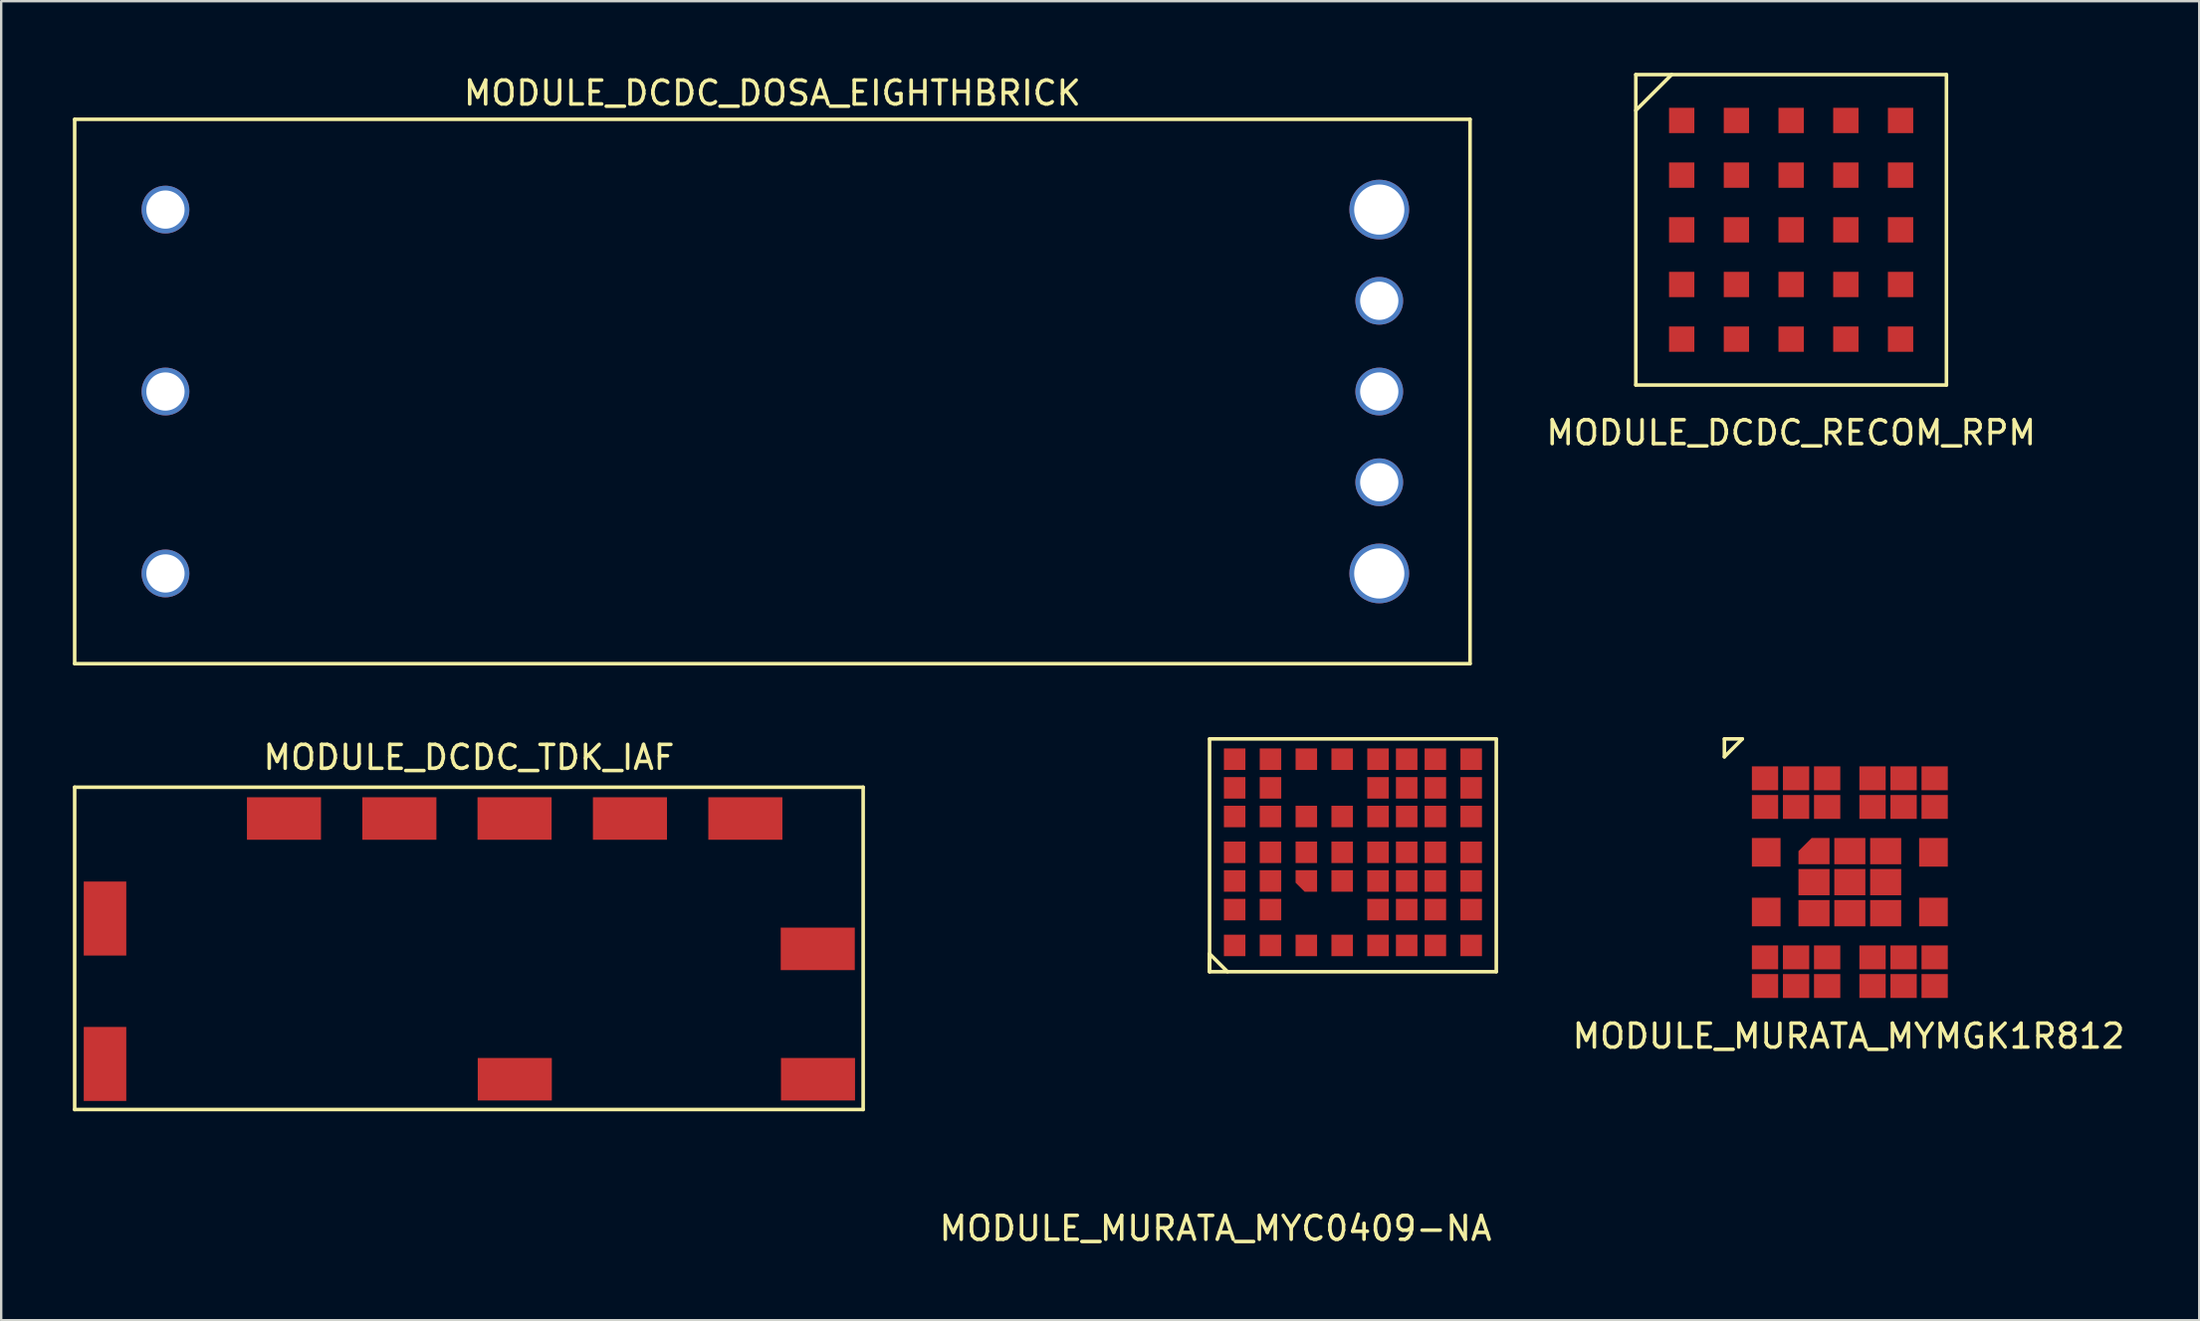
<source format=kicad_pcb>
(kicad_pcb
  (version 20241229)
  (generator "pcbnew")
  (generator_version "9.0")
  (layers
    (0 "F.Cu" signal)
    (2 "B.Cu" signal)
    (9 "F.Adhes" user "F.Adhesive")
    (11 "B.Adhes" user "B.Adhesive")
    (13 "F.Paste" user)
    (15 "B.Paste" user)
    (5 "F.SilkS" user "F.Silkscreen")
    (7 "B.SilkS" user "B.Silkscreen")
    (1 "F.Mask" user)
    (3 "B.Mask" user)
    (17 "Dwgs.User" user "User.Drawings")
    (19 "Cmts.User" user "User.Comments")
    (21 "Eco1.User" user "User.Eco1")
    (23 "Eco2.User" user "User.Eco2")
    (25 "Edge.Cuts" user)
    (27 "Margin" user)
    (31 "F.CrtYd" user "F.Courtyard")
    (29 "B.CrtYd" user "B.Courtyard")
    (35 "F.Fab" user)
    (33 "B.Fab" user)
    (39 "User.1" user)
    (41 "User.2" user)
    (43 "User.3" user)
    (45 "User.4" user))
  (footprint "MODULE_MURATA_MYC0409-NA"
    (layer "F.Cu")
    (at 47.823 37.398)
    (property "Reference" "MODULE_MURATA_MYC0409-NA" (at 0 11 0) (unlocked yes) (layer "F.SilkS") (effects (font (size 1 1) (thickness 0.15))))
    (attr smd)
    (fp_line (start -0.25 -9.5) (end -0.25 0.25) (stroke (width 0.15) (type default)) (layer "F.SilkS"))
    (fp_line (start -0.25 -0.5) (end 0.5 0.25) (stroke (width 0.15) (type default)) (layer "F.SilkS"))
    (fp_line (start -0.25 0.25) (end -0.25 -0.5) (stroke (width 0.15) (type default)) (layer "F.SilkS"))
    (fp_line (start -0.25 0.25) (end 11.75 0.25) (stroke (width 0.15) (type default)) (layer "F.SilkS"))
    (fp_line (start 11.75 -9.5) (end -0.25 -9.5) (stroke (width 0.15) (type default)) (layer "F.SilkS"))
    (fp_line (start 11.75 0.25) (end 11.75 -9.5) (stroke (width 0.15) (type default)) (layer "F.SilkS"))
    (pad "A1" smd rect (at 0.8 -0.85) (size 0.9 0.9) (layers "F.Cu" "F.Mask" "F.Paste"))
    (pad "A2" smd rect (at 2.3 -0.85) (size 0.9 0.9) (layers "F.Cu" "F.Mask" "F.Paste"))
    (pad "A3" smd rect (at 3.8 -0.85) (size 0.9 0.9) (layers "F.Cu" "F.Mask" "F.Paste"))
    (pad "A4" smd rect (at 5.3 -0.85) (size 0.9 0.9) (layers "F.Cu" "F.Mask" "F.Paste"))
    (pad "A5" smd rect (at 6.8 -0.85) (size 0.9 0.9) (layers "F.Cu" "F.Mask" "F.Paste"))
    (pad "A6" smd rect (at 8 -0.85) (size 0.9 0.9) (layers "F.Cu" "F.Mask" "F.Paste"))
    (pad "A7" smd rect (at 9.2 -0.85) (size 0.9 0.9) (layers "F.Cu" "F.Mask" "F.Paste"))
    (pad "A8" smd rect (at 10.7 -0.85) (size 0.9 0.9) (layers "F.Cu" "F.Mask" "F.Paste"))
    (pad "B1" smd rect (at 0.8 -2.35) (size 0.9 0.9) (layers "F.Cu" "F.Mask" "F.Paste"))
    (pad "B2" smd rect (at 2.3 -2.35) (size 0.9 0.9) (layers "F.Cu" "F.Mask" "F.Paste"))
    (pad "B5" smd rect (at 6.8 -2.35) (size 0.9 0.9) (layers "F.Cu" "F.Mask" "F.Paste"))
    (pad "B6" smd rect (at 8 -2.35) (size 0.9 0.9) (layers "F.Cu" "F.Mask" "F.Paste"))
    (pad "B7" smd rect (at 9.2 -2.35) (size 0.9 0.9) (layers "F.Cu" "F.Mask" "F.Paste"))
    (pad "B8" smd rect (at 10.7 -2.35) (size 0.9 0.9) (layers "F.Cu" "F.Mask" "F.Paste"))
    (pad "C1" smd rect (at 0.8 -3.55) (size 0.9 0.9) (layers "F.Cu" "F.Mask" "F.Paste"))
    (pad "C2" smd rect (at 2.3 -3.55) (size 0.9 0.9) (layers "F.Cu" "F.Mask" "F.Paste"))
    (pad "C3" smd roundrect (at 3.8 -3.55) (size 0.9 0.9) (layers "F.Cu" "F.Mask" "F.Paste") (roundrect_rratio 0) (chamfer_ratio 0.42) (chamfer bottom_left))
    (pad "C4" smd rect (at 5.3 -3.55) (size 0.9 0.9) (layers "F.Cu" "F.Mask" "F.Paste"))
    (pad "C5" smd rect (at 6.8 -3.55) (size 0.9 0.9) (layers "F.Cu" "F.Mask" "F.Paste"))
    (pad "C6" smd rect (at 8 -3.55) (size 0.9 0.9) (layers "F.Cu" "F.Mask" "F.Paste"))
    (pad "C7" smd rect (at 9.2 -3.55) (size 0.9 0.9) (layers "F.Cu" "F.Mask" "F.Paste"))
    (pad "C8" smd rect (at 10.7 -3.55) (size 0.9 0.9) (layers "F.Cu" "F.Mask" "F.Paste"))
    (pad "D1" smd rect (at 0.8 -4.75) (size 0.9 0.9) (layers "F.Cu" "F.Mask" "F.Paste"))
    (pad "D2" smd rect (at 2.3 -4.75) (size 0.9 0.9) (layers "F.Cu" "F.Mask" "F.Paste"))
    (pad "D3" smd rect (at 3.8 -4.75) (size 0.9 0.9) (layers "F.Cu" "F.Mask" "F.Paste"))
    (pad "D4" smd rect (at 5.3 -4.75) (size 0.9 0.9) (layers "F.Cu" "F.Mask" "F.Paste"))
    (pad "D5" smd rect (at 6.8 -4.75) (size 0.9 0.9) (layers "F.Cu" "F.Mask" "F.Paste"))
    (pad "D6" smd rect (at 8 -4.75) (size 0.9 0.9) (layers "F.Cu" "F.Mask" "F.Paste"))
    (pad "D7" smd rect (at 9.2 -4.75) (size 0.9 0.9) (layers "F.Cu" "F.Mask" "F.Paste"))
    (pad "D8" smd rect (at 10.7 -4.75) (size 0.9 0.9) (layers "F.Cu" "F.Mask" "F.Paste"))
    (pad "E1" smd rect (at 0.8 -6.25) (size 0.9 0.9) (layers "F.Cu" "F.Mask" "F.Paste"))
    (pad "E2" smd rect (at 2.3 -6.25) (size 0.9 0.9) (layers "F.Cu" "F.Mask" "F.Paste"))
    (pad "E3" smd rect (at 3.8 -6.25) (size 0.9 0.9) (layers "F.Cu" "F.Mask" "F.Paste"))
    (pad "E4" smd rect (at 5.3 -6.25) (size 0.9 0.9) (layers "F.Cu" "F.Mask" "F.Paste"))
    (pad "E5" smd rect (at 6.8 -6.25) (size 0.9 0.9) (layers "F.Cu" "F.Mask" "F.Paste"))
    (pad "E6" smd rect (at 8 -6.25) (size 0.9 0.9) (layers "F.Cu" "F.Mask" "F.Paste"))
    (pad "E7" smd rect (at 9.2 -6.25) (size 0.9 0.9) (layers "F.Cu" "F.Mask" "F.Paste"))
    (pad "E8" smd rect (at 10.7 -6.25) (size 0.9 0.9) (layers "F.Cu" "F.Mask" "F.Paste"))
    (pad "F1" smd rect (at 0.8 -7.45) (size 0.9 0.9) (layers "F.Cu" "F.Mask" "F.Paste"))
    (pad "F2" smd rect (at 2.3 -7.45) (size 0.9 0.9) (layers "F.Cu" "F.Mask" "F.Paste"))
    (pad "F5" smd rect (at 6.8 -7.45) (size 0.9 0.9) (layers "F.Cu" "F.Mask" "F.Paste"))
    (pad "F6" smd rect (at 8 -7.45) (size 0.9 0.9) (layers "F.Cu" "F.Mask" "F.Paste"))
    (pad "F7" smd rect (at 9.2 -7.45) (size 0.9 0.9) (layers "F.Cu" "F.Mask" "F.Paste"))
    (pad "F8" smd rect (at 10.7 -7.45) (size 0.9 0.9) (layers "F.Cu" "F.Mask" "F.Paste"))
    (pad "G1" smd rect (at 0.8 -8.65) (size 0.9 0.9) (layers "F.Cu" "F.Mask" "F.Paste"))
    (pad "G2" smd rect (at 2.3 -8.65) (size 0.9 0.9) (layers "F.Cu" "F.Mask" "F.Paste"))
    (pad "G3" smd rect (at 3.8 -8.65) (size 0.9 0.9) (layers "F.Cu" "F.Mask" "F.Paste"))
    (pad "G4" smd rect (at 5.3 -8.65) (size 0.9 0.9) (layers "F.Cu" "F.Mask" "F.Paste"))
    (pad "G5" smd rect (at 6.8 -8.65) (size 0.9 0.9) (layers "F.Cu" "F.Mask" "F.Paste"))
    (pad "G6" smd rect (at 8 -8.65) (size 0.9 0.9) (layers "F.Cu" "F.Mask" "F.Paste"))
    (pad "G7" smd rect (at 9.2 -8.65) (size 0.9 0.9) (layers "F.Cu" "F.Mask" "F.Paste"))
    (pad "G8" smd rect (at 10.7 -8.65) (size 0.9 0.9) (layers "F.Cu" "F.Mask" "F.Paste")))
  (footprint "MODULE_DCDC_DOSA_EIGHTHBRICK"
    (layer "F.Cu")
    (at 29.275 13.348)
    (property "Reference" "MODULE_DCDC_DOSA_EIGHTHBRICK" (at 0 -12.5 0) (layer "F.SilkS") (effects (font (size 1 1) (thickness 0.15))))
    (attr through_hole)
    (fp_line (start -29.2 -11.4) (end -29.2 11.4) (stroke (width 0.15) (type solid)) (layer "F.SilkS"))
    (fp_line (start -29.2 11.4) (end 29.2 11.4) (stroke (width 0.15) (type solid)) (layer "F.SilkS"))
    (fp_line (start 29.2 -11.4) (end -29.2 -11.4) (stroke (width 0.15) (type solid)) (layer "F.SilkS"))
    (fp_line (start 29.2 -11.4) (end 29.2 11.4) (stroke (width 0.15) (type solid)) (layer "F.SilkS"))
    (pad "1" thru_hole circle (at -25.4 -7.62) (size 2 2) (drill 1.6) (layers "*.Cu" "*.Mask"))
    (pad "2" thru_hole circle (at -25.4 0) (size 2 2) (drill 1.6) (layers "*.Cu" "*.Mask"))
    (pad "3" thru_hole circle (at -25.4 7.62) (size 2 2) (drill 1.6) (layers "*.Cu" "*.Mask"))
    (pad "4" thru_hole circle (at 25.4 7.62) (size 2.5 2.5) (drill 2.1) (layers "*.Cu" "*.Mask"))
    (pad "5" thru_hole circle (at 25.4 3.8) (size 2 2) (drill 1.6) (layers "*.Cu" "*.Mask"))
    (pad "6" thru_hole circle (at 25.4 0) (size 2 2) (drill 1.6) (layers "*.Cu" "*.Mask"))
    (pad "7" thru_hole circle (at 25.4 -3.8) (size 2 2) (drill 1.6) (layers "*.Cu" "*.Mask"))
    (pad "8" thru_hole circle (at 25.4 -7.62) (size 2.5 2.5) (drill 2.1) (layers "*.Cu" "*.Mask")))
  (footprint "MODULE_MURATA_MYMGK1R812"
    (layer "F.Cu")
    (at 74.37 33.898)
    (property "Reference" "MODULE_MURATA_MYMGK1R812" (at -0.05 6.45 0) (unlocked yes) (layer "F.SilkS") (effects (font (size 1 1) (thickness 0.15))))
    (attr smd)
    (fp_line (start -5.25 -6) (end -5.25 -5.25) (stroke (width 0.15) (type solid)) (layer "F.SilkS"))
    (fp_line (start -5.25 -5.25) (end -4.5 -6) (stroke (width 0.15) (type solid)) (layer "F.SilkS"))
    (fp_line (start -4.5 -6) (end -5.25 -6) (stroke (width 0.15) (type solid)) (layer "F.SilkS"))
    (pad "1" smd rect (at -3.55 -4.35) (size 1.1 1) (layers "F.Cu" "F.Mask" "F.Paste"))
    (pad "2" smd rect (at -2.25 -4.35) (size 1.1 1) (layers "F.Cu" "F.Mask" "F.Paste"))
    (pad "3" smd rect (at -0.95 -4.35) (size 1.1 1) (layers "F.Cu" "F.Mask" "F.Paste"))
    (pad "4" smd rect (at -3.55 -3.15) (size 1.1 1) (layers "F.Cu" "F.Mask" "F.Paste"))
    (pad "5" smd rect (at -2.25 -3.15) (size 1.1 1) (layers "F.Cu" "F.Mask" "F.Paste"))
    (pad "6" smd rect (at -0.95 -3.15) (size 1.1 1) (layers "F.Cu" "F.Mask" "F.Paste"))
    (pad "7" smd rect (at -3.5 -1.25) (size 1.2 1.2) (layers "F.Cu" "F.Mask" "F.Paste"))
    (pad "8" smd rect (at -3.5 1.25) (size 1.2 1.2) (layers "F.Cu" "F.Mask" "F.Paste"))
    (pad "9" smd rect (at -3.55 3.15) (size 1.1 1) (layers "F.Cu" "F.Mask" "F.Paste"))
    (pad "10" smd rect (at -2.25 3.15) (size 1.1 1) (layers "F.Cu" "F.Mask" "F.Paste"))
    (pad "11" smd rect (at -0.95 3.15) (size 1.1 1) (layers "F.Cu" "F.Mask" "F.Paste"))
    (pad "12" smd rect (at -3.55 4.35) (size 1.1 1) (layers "F.Cu" "F.Mask" "F.Paste"))
    (pad "13" smd rect (at -2.25 4.35) (size 1.1 1) (layers "F.Cu" "F.Mask" "F.Paste"))
    (pad "14" smd rect (at -0.95 4.35) (size 1.1 1) (layers "F.Cu" "F.Mask" "F.Paste"))
    (pad "15" smd rect (at 0.95 3.15) (size 1.1 1) (layers "F.Cu" "F.Mask" "F.Paste"))
    (pad "16" smd rect (at 2.25 3.15) (size 1.1 1) (layers "F.Cu" "F.Mask" "F.Paste"))
    (pad "17" smd rect (at 3.55 3.15) (size 1.1 1) (layers "F.Cu" "F.Mask" "F.Paste"))
    (pad "18" smd rect (at 0.95 4.35) (size 1.1 1) (layers "F.Cu" "F.Mask" "F.Paste"))
    (pad "19" smd rect (at 2.25 4.35) (size 1.1 1) (layers "F.Cu" "F.Mask" "F.Paste"))
    (pad "20" smd rect (at 3.55 4.35) (size 1.1 1) (layers "F.Cu" "F.Mask" "F.Paste"))
    (pad "21" smd rect (at 3.5 1.25) (size 1.2 1.2) (layers "F.Cu" "F.Mask" "F.Paste"))
    (pad "22" smd rect (at 3.5 -1.25) (size 1.2 1.2) (layers "F.Cu" "F.Mask" "F.Paste"))
    (pad "23" smd rect (at 0.95 -4.35) (size 1.1 1) (layers "F.Cu" "F.Mask" "F.Paste"))
    (pad "24" smd rect (at 2.25 -4.35) (size 1.1 1) (layers "F.Cu" "F.Mask" "F.Paste"))
    (pad "25" smd rect (at 3.55 -4.35) (size 1.1 1) (layers "F.Cu" "F.Mask" "F.Paste"))
    (pad "26" smd rect (at 0.95 -3.15) (size 1.1 1) (layers "F.Cu" "F.Mask" "F.Paste"))
    (pad "27" smd rect (at 2.25 -3.15) (size 1.1 1) (layers "F.Cu" "F.Mask" "F.Paste"))
    (pad "28" smd rect (at 3.55 -3.15) (size 1.1 1) (layers "F.Cu" "F.Mask" "F.Paste"))
    (pad "29" smd roundrect (at -1.5 -1.3) (size 1.3 1.1) (layers "F.Cu" "F.Mask" "F.Paste") (roundrect_rratio 0) (chamfer_ratio 0.5) (chamfer top_left))
    (pad "30" smd rect (at 0 -1.3) (size 1.3 1.1) (layers "F.Cu" "F.Mask" "F.Paste"))
    (pad "31" smd rect (at 1.5 -1.3) (size 1.3 1.1) (layers "F.Cu" "F.Mask" "F.Paste"))
    (pad "32" smd rect (at -1.5 0) (size 1.3 1.1) (layers "F.Cu" "F.Mask" "F.Paste"))
    (pad "33" smd rect (at 0 0) (size 1.3 1.1) (layers "F.Cu" "F.Mask" "F.Paste"))
    (pad "34" smd rect (at 1.5 0) (size 1.3 1.1) (layers "F.Cu" "F.Mask" "F.Paste"))
    (pad "35" smd rect (at -1.5 1.3) (size 1.3 1.1) (layers "F.Cu" "F.Mask" "F.Paste"))
    (pad "36" smd rect (at 0 1.3) (size 1.3 1.1) (layers "F.Cu" "F.Mask" "F.Paste"))
    (pad "37" smd rect (at 1.5 1.3) (size 1.3 1.1) (layers "F.Cu" "F.Mask" "F.Paste")))
  (footprint "MODULE_DCDC_RECOM_RPM"
    (layer "F.Cu")
    (at 71.913 6.575)
    (property "Reference" "MODULE_DCDC_RECOM_RPM" (at 0 8.5 0) (layer "F.SilkS") (effects (font (size 1 1) (thickness 0.15))))
    (attr through_hole)
    (fp_line (start -6.5 -6.5) (end -6.5 6.5) (stroke (width 0.15) (type solid)) (layer "F.SilkS"))
    (fp_line (start -6.5 6.5) (end 6.5 6.5) (stroke (width 0.15) (type solid)) (layer "F.SilkS"))
    (fp_line (start -5 -6.5) (end -6.5 -5) (stroke (width 0.15) (type solid)) (layer "F.SilkS"))
    (fp_line (start 6.5 -6.5) (end -6.5 -6.5) (stroke (width 0.15) (type solid)) (layer "F.SilkS"))
    (fp_line (start 6.5 6.5) (end 6.5 -6.5) (stroke (width 0.15) (type solid)) (layer "F.SilkS"))
    (pad "A1" smd rect (at -4.58 -4.58) (size 1.06 1.06) (layers "F.Cu" "F.Mask" "F.Paste"))
    (pad "A2" smd rect (at -2.29 -4.58) (size 1.06 1.06) (layers "F.Cu" "F.Mask" "F.Paste"))
    (pad "A3" smd rect (at 0 -4.58) (size 1.06 1.06) (layers "F.Cu" "F.Mask" "F.Paste"))
    (pad "A4" smd rect (at 2.29 -4.58) (size 1.06 1.06) (layers "F.Cu" "F.Mask" "F.Paste"))
    (pad "A5" smd rect (at 4.58 -4.58) (size 1.06 1.06) (layers "F.Cu" "F.Mask" "F.Paste"))
    (pad "B1" smd rect (at -4.58 -2.29) (size 1.06 1.06) (layers "F.Cu" "F.Mask" "F.Paste"))
    (pad "B2" smd rect (at -2.29 -2.29) (size 1.06 1.06) (layers "F.Cu" "F.Mask" "F.Paste"))
    (pad "B3" smd rect (at 0 -2.29) (size 1.06 1.06) (layers "F.Cu" "F.Mask" "F.Paste"))
    (pad "B4" smd rect (at 2.29 -2.29) (size 1.06 1.06) (layers "F.Cu" "F.Mask" "F.Paste"))
    (pad "B5" smd rect (at 4.58 -2.29) (size 1.06 1.06) (layers "F.Cu" "F.Mask" "F.Paste"))
    (pad "C1" smd rect (at -4.58 0) (size 1.06 1.06) (layers "F.Cu" "F.Mask" "F.Paste"))
    (pad "C2" smd rect (at -2.29 0) (size 1.06 1.06) (layers "F.Cu" "F.Mask" "F.Paste"))
    (pad "C3" smd rect (at 0 0) (size 1.06 1.06) (layers "F.Cu" "F.Mask" "F.Paste"))
    (pad "C4" smd rect (at 2.29 0) (size 1.06 1.06) (layers "F.Cu" "F.Mask" "F.Paste"))
    (pad "C5" smd rect (at 4.58 0) (size 1.06 1.06) (layers "F.Cu" "F.Mask" "F.Paste"))
    (pad "D1" smd rect (at -4.58 2.29) (size 1.06 1.06) (layers "F.Cu" "F.Mask" "F.Paste"))
    (pad "D2" smd rect (at -2.29 2.29) (size 1.06 1.06) (layers "F.Cu" "F.Mask" "F.Paste"))
    (pad "D3" smd rect (at 0 2.29) (size 1.06 1.06) (layers "F.Cu" "F.Mask" "F.Paste"))
    (pad "D4" smd rect (at 2.29 2.29) (size 1.06 1.06) (layers "F.Cu" "F.Mask" "F.Paste"))
    (pad "D5" smd rect (at 4.58 2.29) (size 1.06 1.06) (layers "F.Cu" "F.Mask" "F.Paste"))
    (pad "E1" smd rect (at -4.58 4.58) (size 1.06 1.06) (layers "F.Cu" "F.Mask" "F.Paste"))
    (pad "E2" smd rect (at -2.29 4.58) (size 1.06 1.06) (layers "F.Cu" "F.Mask" "F.Paste"))
    (pad "E3" smd rect (at 0 4.58) (size 1.06 1.06) (layers "F.Cu" "F.Mask" "F.Paste"))
    (pad "E4" smd rect (at 2.29 4.58) (size 1.06 1.06) (layers "F.Cu" "F.Mask" "F.Paste"))
    (pad "E5" smd rect (at 4.58 4.58) (size 1.06 1.06) (layers "F.Cu" "F.Mask" "F.Paste")))
  (footprint "MODULE_DCDC_TDK_IAF"
    (layer "F.Cu")
    (at 16.575 36.672)
    (property "Reference" "MODULE_DCDC_TDK_IAF" (at 0 -8 0) (layer "F.SilkS") (effects (font (size 1 1) (thickness 0.15))))
    (attr through_hole)
    (fp_line (start -16.5 -6.75) (end -16.5 6.75) (stroke (width 0.15) (type solid)) (layer "F.SilkS"))
    (fp_line (start -16.5 -6.75) (end 16.5 -6.75) (stroke (width 0.15) (type solid)) (layer "F.SilkS"))
    (fp_line (start -16.5 6.75) (end 16.5 6.75) (stroke (width 0.15) (type solid)) (layer "F.SilkS"))
    (fp_line (start 16.5 6.75) (end 16.5 -6.75) (stroke (width 0.15) (type solid)) (layer "F.SilkS"))
    (pad "1" smd rect (at -15.23 4.84 180) (size 1.78 3.1) (layers "F.Cu" "F.Mask" "F.Paste"))
    (pad "2" smd rect (at 14.61 5.48 90) (size 1.78 3.1) (layers "F.Cu" "F.Mask" "F.Paste"))
    (pad "3" smd rect (at 11.57 -5.44 90) (size 1.78 3.1) (layers "F.Cu" "F.Mask" "F.Paste"))
    (pad "4" smd rect (at 6.74 -5.44 90) (size 1.78 3.1) (layers "F.Cu" "F.Mask" "F.Paste"))
    (pad "5" smd rect (at 1.91 -5.44 90) (size 1.78 3.1) (layers "F.Cu" "F.Mask" "F.Paste"))
    (pad "6" smd rect (at -2.91 -5.44 90) (size 1.78 3.1) (layers "F.Cu" "F.Mask" "F.Paste"))
    (pad "7" smd rect (at -7.74 -5.44 90) (size 1.78 3.1) (layers "F.Cu" "F.Mask" "F.Paste"))
    (pad "8" smd rect (at -15.23 -1.25 180) (size 1.78 3.1) (layers "F.Cu" "F.Mask" "F.Paste"))
    (pad "9" smd rect (at 1.92 5.48 90) (size 1.78 3.1) (layers "F.Cu" "F.Mask" "F.Paste"))
    (pad "10" smd rect (at 14.6 0.02 90) (size 1.78 3.1) (layers "F.Cu" "F.Mask" "F.Paste")))
  (gr_rect
    (start -3 -3)
    (end 88.993 52.246)
    (stroke (width 0.1) (type default))
    (fill no)
    (layer "Edge.Cuts")))
</source>
